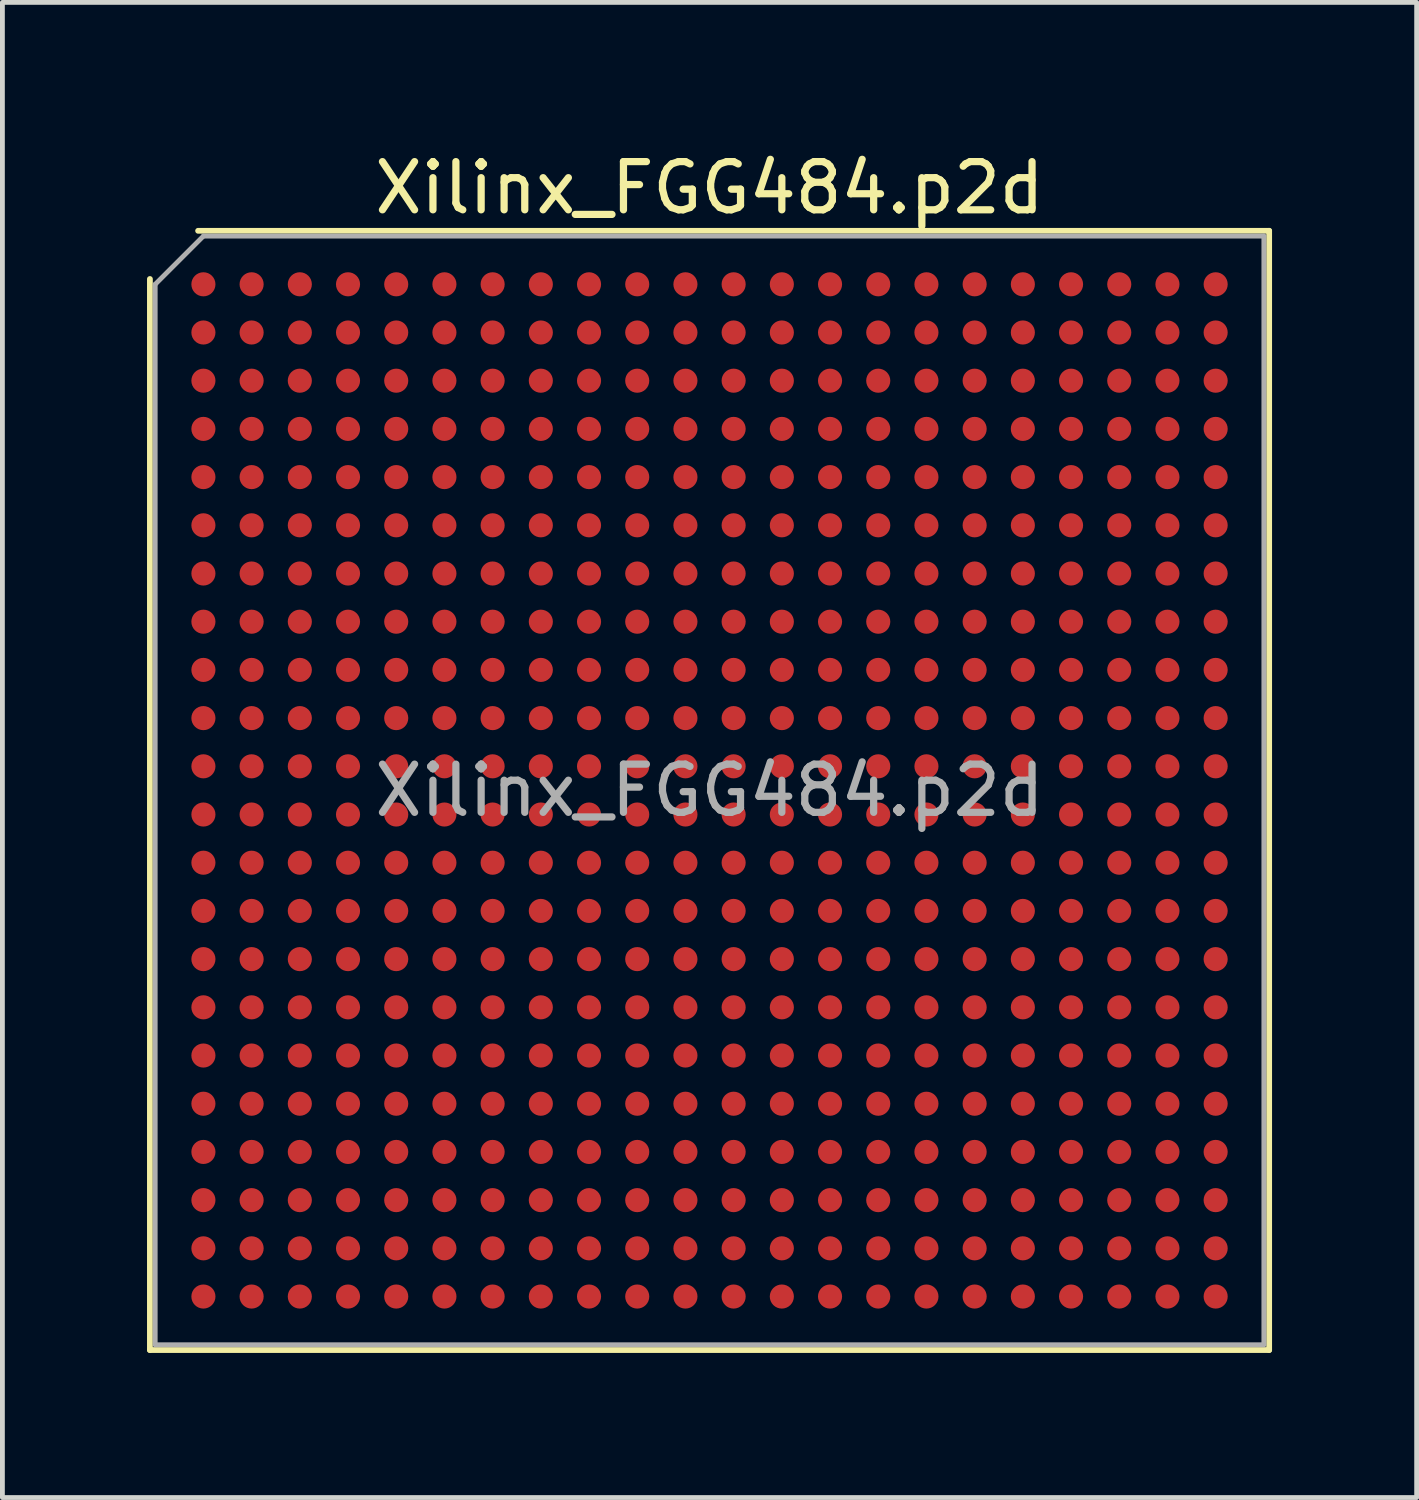
<source format=kicad_pcb>
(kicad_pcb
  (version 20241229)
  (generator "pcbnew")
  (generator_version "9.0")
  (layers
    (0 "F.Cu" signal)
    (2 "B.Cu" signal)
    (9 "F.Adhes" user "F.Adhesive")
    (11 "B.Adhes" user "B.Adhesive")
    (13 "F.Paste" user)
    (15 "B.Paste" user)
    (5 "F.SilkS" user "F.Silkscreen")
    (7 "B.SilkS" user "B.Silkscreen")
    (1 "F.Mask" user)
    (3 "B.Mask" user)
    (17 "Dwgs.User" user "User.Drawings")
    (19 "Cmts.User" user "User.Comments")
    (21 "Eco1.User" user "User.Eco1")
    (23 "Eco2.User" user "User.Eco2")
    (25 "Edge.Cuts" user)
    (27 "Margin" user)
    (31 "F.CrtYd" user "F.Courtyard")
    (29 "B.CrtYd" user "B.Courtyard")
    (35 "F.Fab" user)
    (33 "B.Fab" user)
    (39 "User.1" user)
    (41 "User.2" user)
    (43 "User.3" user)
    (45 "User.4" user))
  (footprint "Xilinx_FGG484.p2d"
    (layer "F.Cu")
    (at 11.67 13.348)
    (property "Reference" "Xilinx_FGG484.p2d" (at 0 -12.5 0) (layer "F.SilkS") (effects (font (size 1 1) (thickness 0.15))))
    (attr smd)
    (fp_line (start -11.61 11.61) (end -11.61 -10.61) (stroke (width 0.12) (type solid)) (layer "F.SilkS"))
    (fp_line (start -10.61 -11.61) (end 11.61 -11.61) (stroke (width 0.12) (type solid)) (layer "F.SilkS"))
    (fp_line (start 11.61 -11.61) (end 11.61 11.61) (stroke (width 0.12) (type solid)) (layer "F.SilkS"))
    (fp_line (start 11.61 11.61) (end -11.61 11.61) (stroke (width 0.12) (type solid)) (layer "F.SilkS"))
    (fp_line (start -11.5 -10.5) (end -10.5 -11.5) (stroke (width 0.1) (type solid)) (layer "F.Fab"))
    (fp_line (start -11.5 11.5) (end -11.5 -10.5) (stroke (width 0.1) (type solid)) (layer "F.Fab"))
    (fp_line (start -10.5 -11.5) (end 11.5 -11.5) (stroke (width 0.1) (type solid)) (layer "F.Fab"))
    (fp_line (start 11.5 -11.5) (end 11.5 11.5) (stroke (width 0.1) (type solid)) (layer "F.Fab"))
    (fp_line (start 11.5 11.5) (end -11.5 11.5) (stroke (width 0.1) (type solid)) (layer "F.Fab"))
    (fp_text user "${REFERENCE}" (at 0 0 0) (layer "F.Fab") (effects (font (size 1 1) (thickness 0.15))))
    (pad "A1" smd circle (at -10.5 -10.5) (size 0.5 0.5) (layers "F.Cu" "F.Mask" "F.Paste"))
    (pad "A2" smd circle (at -9.5 -10.5) (size 0.5 0.5) (layers "F.Cu" "F.Mask" "F.Paste"))
    (pad "A3" smd circle (at -8.5 -10.5) (size 0.5 0.5) (layers "F.Cu" "F.Mask" "F.Paste"))
    (pad "A4" smd circle (at -7.5 -10.5) (size 0.5 0.5) (layers "F.Cu" "F.Mask" "F.Paste"))
    (pad "A5" smd circle (at -6.5 -10.5) (size 0.5 0.5) (layers "F.Cu" "F.Mask" "F.Paste"))
    (pad "A6" smd circle (at -5.5 -10.5) (size 0.5 0.5) (layers "F.Cu" "F.Mask" "F.Paste"))
    (pad "A7" smd circle (at -4.5 -10.5) (size 0.5 0.5) (layers "F.Cu" "F.Mask" "F.Paste"))
    (pad "A8" smd circle (at -3.5 -10.5) (size 0.5 0.5) (layers "F.Cu" "F.Mask" "F.Paste"))
    (pad "A9" smd circle (at -2.5 -10.5) (size 0.5 0.5) (layers "F.Cu" "F.Mask" "F.Paste"))
    (pad "A10" smd circle (at -1.5 -10.5) (size 0.5 0.5) (layers "F.Cu" "F.Mask" "F.Paste"))
    (pad "A11" smd circle (at -0.5 -10.5) (size 0.5 0.5) (layers "F.Cu" "F.Mask" "F.Paste"))
    (pad "A12" smd circle (at 0.5 -10.5) (size 0.5 0.5) (layers "F.Cu" "F.Mask" "F.Paste"))
    (pad "A13" smd circle (at 1.5 -10.5) (size 0.5 0.5) (layers "F.Cu" "F.Mask" "F.Paste"))
    (pad "A14" smd circle (at 2.5 -10.5) (size 0.5 0.5) (layers "F.Cu" "F.Mask" "F.Paste"))
    (pad "A15" smd circle (at 3.5 -10.5) (size 0.5 0.5) (layers "F.Cu" "F.Mask" "F.Paste"))
    (pad "A16" smd circle (at 4.5 -10.5) (size 0.5 0.5) (layers "F.Cu" "F.Mask" "F.Paste"))
    (pad "A17" smd circle (at 5.5 -10.5) (size 0.5 0.5) (layers "F.Cu" "F.Mask" "F.Paste"))
    (pad "A18" smd circle (at 6.5 -10.5) (size 0.5 0.5) (layers "F.Cu" "F.Mask" "F.Paste"))
    (pad "A19" smd circle (at 7.5 -10.5) (size 0.5 0.5) (layers "F.Cu" "F.Mask" "F.Paste"))
    (pad "A20" smd circle (at 8.5 -10.5) (size 0.5 0.5) (layers "F.Cu" "F.Mask" "F.Paste"))
    (pad "A21" smd circle (at 9.5 -10.5) (size 0.5 0.5) (layers "F.Cu" "F.Mask" "F.Paste"))
    (pad "A22" smd circle (at 10.5 -10.5) (size 0.5 0.5) (layers "F.Cu" "F.Mask" "F.Paste"))
    (pad "AA1" smd circle (at -10.5 9.5) (size 0.5 0.5) (layers "F.Cu" "F.Mask" "F.Paste"))
    (pad "AA2" smd circle (at -9.5 9.5) (size 0.5 0.5) (layers "F.Cu" "F.Mask" "F.Paste"))
    (pad "AA3" smd circle (at -8.5 9.5) (size 0.5 0.5) (layers "F.Cu" "F.Mask" "F.Paste"))
    (pad "AA4" smd circle (at -7.5 9.5) (size 0.5 0.5) (layers "F.Cu" "F.Mask" "F.Paste"))
    (pad "AA5" smd circle (at -6.5 9.5) (size 0.5 0.5) (layers "F.Cu" "F.Mask" "F.Paste"))
    (pad "AA6" smd circle (at -5.5 9.5) (size 0.5 0.5) (layers "F.Cu" "F.Mask" "F.Paste"))
    (pad "AA7" smd circle (at -4.5 9.5) (size 0.5 0.5) (layers "F.Cu" "F.Mask" "F.Paste"))
    (pad "AA8" smd circle (at -3.5 9.5) (size 0.5 0.5) (layers "F.Cu" "F.Mask" "F.Paste"))
    (pad "AA9" smd circle (at -2.5 9.5) (size 0.5 0.5) (layers "F.Cu" "F.Mask" "F.Paste"))
    (pad "AA10" smd circle (at -1.5 9.5) (size 0.5 0.5) (layers "F.Cu" "F.Mask" "F.Paste"))
    (pad "AA11" smd circle (at -0.5 9.5) (size 0.5 0.5) (layers "F.Cu" "F.Mask" "F.Paste"))
    (pad "AA12" smd circle (at 0.5 9.5) (size 0.5 0.5) (layers "F.Cu" "F.Mask" "F.Paste"))
    (pad "AA13" smd circle (at 1.5 9.5) (size 0.5 0.5) (layers "F.Cu" "F.Mask" "F.Paste"))
    (pad "AA14" smd circle (at 2.5 9.5) (size 0.5 0.5) (layers "F.Cu" "F.Mask" "F.Paste"))
    (pad "AA15" smd circle (at 3.5 9.5) (size 0.5 0.5) (layers "F.Cu" "F.Mask" "F.Paste"))
    (pad "AA16" smd circle (at 4.5 9.5) (size 0.5 0.5) (layers "F.Cu" "F.Mask" "F.Paste"))
    (pad "AA17" smd circle (at 5.5 9.5) (size 0.5 0.5) (layers "F.Cu" "F.Mask" "F.Paste"))
    (pad "AA18" smd circle (at 6.5 9.5) (size 0.5 0.5) (layers "F.Cu" "F.Mask" "F.Paste"))
    (pad "AA19" smd circle (at 7.5 9.5) (size 0.5 0.5) (layers "F.Cu" "F.Mask" "F.Paste"))
    (pad "AA20" smd circle (at 8.5 9.5) (size 0.5 0.5) (layers "F.Cu" "F.Mask" "F.Paste"))
    (pad "AA21" smd circle (at 9.5 9.5) (size 0.5 0.5) (layers "F.Cu" "F.Mask" "F.Paste"))
    (pad "AA22" smd circle (at 10.5 9.5) (size 0.5 0.5) (layers "F.Cu" "F.Mask" "F.Paste"))
    (pad "AB1" smd circle (at -10.5 10.5) (size 0.5 0.5) (layers "F.Cu" "F.Mask" "F.Paste"))
    (pad "AB2" smd circle (at -9.5 10.5) (size 0.5 0.5) (layers "F.Cu" "F.Mask" "F.Paste"))
    (pad "AB3" smd circle (at -8.5 10.5) (size 0.5 0.5) (layers "F.Cu" "F.Mask" "F.Paste"))
    (pad "AB4" smd circle (at -7.5 10.5) (size 0.5 0.5) (layers "F.Cu" "F.Mask" "F.Paste"))
    (pad "AB5" smd circle (at -6.5 10.5) (size 0.5 0.5) (layers "F.Cu" "F.Mask" "F.Paste"))
    (pad "AB6" smd circle (at -5.5 10.5) (size 0.5 0.5) (layers "F.Cu" "F.Mask" "F.Paste"))
    (pad "AB7" smd circle (at -4.5 10.5) (size 0.5 0.5) (layers "F.Cu" "F.Mask" "F.Paste"))
    (pad "AB8" smd circle (at -3.5 10.5) (size 0.5 0.5) (layers "F.Cu" "F.Mask" "F.Paste"))
    (pad "AB9" smd circle (at -2.5 10.5) (size 0.5 0.5) (layers "F.Cu" "F.Mask" "F.Paste"))
    (pad "AB10" smd circle (at -1.5 10.5) (size 0.5 0.5) (layers "F.Cu" "F.Mask" "F.Paste"))
    (pad "AB11" smd circle (at -0.5 10.5) (size 0.5 0.5) (layers "F.Cu" "F.Mask" "F.Paste"))
    (pad "AB12" smd circle (at 0.5 10.5) (size 0.5 0.5) (layers "F.Cu" "F.Mask" "F.Paste"))
    (pad "AB13" smd circle (at 1.5 10.5) (size 0.5 0.5) (layers "F.Cu" "F.Mask" "F.Paste"))
    (pad "AB14" smd circle (at 2.5 10.5) (size 0.5 0.5) (layers "F.Cu" "F.Mask" "F.Paste"))
    (pad "AB15" smd circle (at 3.5 10.5) (size 0.5 0.5) (layers "F.Cu" "F.Mask" "F.Paste"))
    (pad "AB16" smd circle (at 4.5 10.5) (size 0.5 0.5) (layers "F.Cu" "F.Mask" "F.Paste"))
    (pad "AB17" smd circle (at 5.5 10.5) (size 0.5 0.5) (layers "F.Cu" "F.Mask" "F.Paste"))
    (pad "AB18" smd circle (at 6.5 10.5) (size 0.5 0.5) (layers "F.Cu" "F.Mask" "F.Paste"))
    (pad "AB19" smd circle (at 7.5 10.5) (size 0.5 0.5) (layers "F.Cu" "F.Mask" "F.Paste"))
    (pad "AB20" smd circle (at 8.5 10.5) (size 0.5 0.5) (layers "F.Cu" "F.Mask" "F.Paste"))
    (pad "AB21" smd circle (at 9.5 10.5) (size 0.5 0.5) (layers "F.Cu" "F.Mask" "F.Paste"))
    (pad "AB22" smd circle (at 10.5 10.5) (size 0.5 0.5) (layers "F.Cu" "F.Mask" "F.Paste"))
    (pad "B1" smd circle (at -10.5 -9.5) (size 0.5 0.5) (layers "F.Cu" "F.Mask" "F.Paste"))
    (pad "B2" smd circle (at -9.5 -9.5) (size 0.5 0.5) (layers "F.Cu" "F.Mask" "F.Paste"))
    (pad "B3" smd circle (at -8.5 -9.5) (size 0.5 0.5) (layers "F.Cu" "F.Mask" "F.Paste"))
    (pad "B4" smd circle (at -7.5 -9.5) (size 0.5 0.5) (layers "F.Cu" "F.Mask" "F.Paste"))
    (pad "B5" smd circle (at -6.5 -9.5) (size 0.5 0.5) (layers "F.Cu" "F.Mask" "F.Paste"))
    (pad "B6" smd circle (at -5.5 -9.5) (size 0.5 0.5) (layers "F.Cu" "F.Mask" "F.Paste"))
    (pad "B7" smd circle (at -4.5 -9.5) (size 0.5 0.5) (layers "F.Cu" "F.Mask" "F.Paste"))
    (pad "B8" smd circle (at -3.5 -9.5) (size 0.5 0.5) (layers "F.Cu" "F.Mask" "F.Paste"))
    (pad "B9" smd circle (at -2.5 -9.5) (size 0.5 0.5) (layers "F.Cu" "F.Mask" "F.Paste"))
    (pad "B10" smd circle (at -1.5 -9.5) (size 0.5 0.5) (layers "F.Cu" "F.Mask" "F.Paste"))
    (pad "B11" smd circle (at -0.5 -9.5) (size 0.5 0.5) (layers "F.Cu" "F.Mask" "F.Paste"))
    (pad "B12" smd circle (at 0.5 -9.5) (size 0.5 0.5) (layers "F.Cu" "F.Mask" "F.Paste"))
    (pad "B13" smd circle (at 1.5 -9.5) (size 0.5 0.5) (layers "F.Cu" "F.Mask" "F.Paste"))
    (pad "B14" smd circle (at 2.5 -9.5) (size 0.5 0.5) (layers "F.Cu" "F.Mask" "F.Paste"))
    (pad "B15" smd circle (at 3.5 -9.5) (size 0.5 0.5) (layers "F.Cu" "F.Mask" "F.Paste"))
    (pad "B16" smd circle (at 4.5 -9.5) (size 0.5 0.5) (layers "F.Cu" "F.Mask" "F.Paste"))
    (pad "B17" smd circle (at 5.5 -9.5) (size 0.5 0.5) (layers "F.Cu" "F.Mask" "F.Paste"))
    (pad "B18" smd circle (at 6.5 -9.5) (size 0.5 0.5) (layers "F.Cu" "F.Mask" "F.Paste"))
    (pad "B19" smd circle (at 7.5 -9.5) (size 0.5 0.5) (layers "F.Cu" "F.Mask" "F.Paste"))
    (pad "B20" smd circle (at 8.5 -9.5) (size 0.5 0.5) (layers "F.Cu" "F.Mask" "F.Paste"))
    (pad "B21" smd circle (at 9.5 -9.5) (size 0.5 0.5) (layers "F.Cu" "F.Mask" "F.Paste"))
    (pad "B22" smd circle (at 10.5 -9.5) (size 0.5 0.5) (layers "F.Cu" "F.Mask" "F.Paste"))
    (pad "C1" smd circle (at -10.5 -8.5) (size 0.5 0.5) (layers "F.Cu" "F.Mask" "F.Paste"))
    (pad "C2" smd circle (at -9.5 -8.5) (size 0.5 0.5) (layers "F.Cu" "F.Mask" "F.Paste"))
    (pad "C3" smd circle (at -8.5 -8.5) (size 0.5 0.5) (layers "F.Cu" "F.Mask" "F.Paste"))
    (pad "C4" smd circle (at -7.5 -8.5) (size 0.5 0.5) (layers "F.Cu" "F.Mask" "F.Paste"))
    (pad "C5" smd circle (at -6.5 -8.5) (size 0.5 0.5) (layers "F.Cu" "F.Mask" "F.Paste"))
    (pad "C6" smd circle (at -5.5 -8.5) (size 0.5 0.5) (layers "F.Cu" "F.Mask" "F.Paste"))
    (pad "C7" smd circle (at -4.5 -8.5) (size 0.5 0.5) (layers "F.Cu" "F.Mask" "F.Paste"))
    (pad "C8" smd circle (at -3.5 -8.5) (size 0.5 0.5) (layers "F.Cu" "F.Mask" "F.Paste"))
    (pad "C9" smd circle (at -2.5 -8.5) (size 0.5 0.5) (layers "F.Cu" "F.Mask" "F.Paste"))
    (pad "C10" smd circle (at -1.5 -8.5) (size 0.5 0.5) (layers "F.Cu" "F.Mask" "F.Paste"))
    (pad "C11" smd circle (at -0.5 -8.5) (size 0.5 0.5) (layers "F.Cu" "F.Mask" "F.Paste"))
    (pad "C12" smd circle (at 0.5 -8.5) (size 0.5 0.5) (layers "F.Cu" "F.Mask" "F.Paste"))
    (pad "C13" smd circle (at 1.5 -8.5) (size 0.5 0.5) (layers "F.Cu" "F.Mask" "F.Paste"))
    (pad "C14" smd circle (at 2.5 -8.5) (size 0.5 0.5) (layers "F.Cu" "F.Mask" "F.Paste"))
    (pad "C15" smd circle (at 3.5 -8.5) (size 0.5 0.5) (layers "F.Cu" "F.Mask" "F.Paste"))
    (pad "C16" smd circle (at 4.5 -8.5) (size 0.5 0.5) (layers "F.Cu" "F.Mask" "F.Paste"))
    (pad "C17" smd circle (at 5.5 -8.5) (size 0.5 0.5) (layers "F.Cu" "F.Mask" "F.Paste"))
    (pad "C18" smd circle (at 6.5 -8.5) (size 0.5 0.5) (layers "F.Cu" "F.Mask" "F.Paste"))
    (pad "C19" smd circle (at 7.5 -8.5) (size 0.5 0.5) (layers "F.Cu" "F.Mask" "F.Paste"))
    (pad "C20" smd circle (at 8.5 -8.5) (size 0.5 0.5) (layers "F.Cu" "F.Mask" "F.Paste"))
    (pad "C21" smd circle (at 9.5 -8.5) (size 0.5 0.5) (layers "F.Cu" "F.Mask" "F.Paste"))
    (pad "C22" smd circle (at 10.5 -8.5) (size 0.5 0.5) (layers "F.Cu" "F.Mask" "F.Paste"))
    (pad "D1" smd circle (at -10.5 -7.5) (size 0.5 0.5) (layers "F.Cu" "F.Mask" "F.Paste"))
    (pad "D2" smd circle (at -9.5 -7.5) (size 0.5 0.5) (layers "F.Cu" "F.Mask" "F.Paste"))
    (pad "D3" smd circle (at -8.5 -7.5) (size 0.5 0.5) (layers "F.Cu" "F.Mask" "F.Paste"))
    (pad "D4" smd circle (at -7.5 -7.5) (size 0.5 0.5) (layers "F.Cu" "F.Mask" "F.Paste"))
    (pad "D5" smd circle (at -6.5 -7.5) (size 0.5 0.5) (layers "F.Cu" "F.Mask" "F.Paste"))
    (pad "D6" smd circle (at -5.5 -7.5) (size 0.5 0.5) (layers "F.Cu" "F.Mask" "F.Paste"))
    (pad "D7" smd circle (at -4.5 -7.5) (size 0.5 0.5) (layers "F.Cu" "F.Mask" "F.Paste"))
    (pad "D8" smd circle (at -3.5 -7.5) (size 0.5 0.5) (layers "F.Cu" "F.Mask" "F.Paste"))
    (pad "D9" smd circle (at -2.5 -7.5) (size 0.5 0.5) (layers "F.Cu" "F.Mask" "F.Paste"))
    (pad "D10" smd circle (at -1.5 -7.5) (size 0.5 0.5) (layers "F.Cu" "F.Mask" "F.Paste"))
    (pad "D11" smd circle (at -0.5 -7.5) (size 0.5 0.5) (layers "F.Cu" "F.Mask" "F.Paste"))
    (pad "D12" smd circle (at 0.5 -7.5) (size 0.5 0.5) (layers "F.Cu" "F.Mask" "F.Paste"))
    (pad "D13" smd circle (at 1.5 -7.5) (size 0.5 0.5) (layers "F.Cu" "F.Mask" "F.Paste"))
    (pad "D14" smd circle (at 2.5 -7.5) (size 0.5 0.5) (layers "F.Cu" "F.Mask" "F.Paste"))
    (pad "D15" smd circle (at 3.5 -7.5) (size 0.5 0.5) (layers "F.Cu" "F.Mask" "F.Paste"))
    (pad "D16" smd circle (at 4.5 -7.5) (size 0.5 0.5) (layers "F.Cu" "F.Mask" "F.Paste"))
    (pad "D17" smd circle (at 5.5 -7.5) (size 0.5 0.5) (layers "F.Cu" "F.Mask" "F.Paste"))
    (pad "D18" smd circle (at 6.5 -7.5) (size 0.5 0.5) (layers "F.Cu" "F.Mask" "F.Paste"))
    (pad "D19" smd circle (at 7.5 -7.5) (size 0.5 0.5) (layers "F.Cu" "F.Mask" "F.Paste"))
    (pad "D20" smd circle (at 8.5 -7.5) (size 0.5 0.5) (layers "F.Cu" "F.Mask" "F.Paste"))
    (pad "D21" smd circle (at 9.5 -7.5) (size 0.5 0.5) (layers "F.Cu" "F.Mask" "F.Paste"))
    (pad "D22" smd circle (at 10.5 -7.5) (size 0.5 0.5) (layers "F.Cu" "F.Mask" "F.Paste"))
    (pad "E1" smd circle (at -10.5 -6.5) (size 0.5 0.5) (layers "F.Cu" "F.Mask" "F.Paste"))
    (pad "E2" smd circle (at -9.5 -6.5) (size 0.5 0.5) (layers "F.Cu" "F.Mask" "F.Paste"))
    (pad "E3" smd circle (at -8.5 -6.5) (size 0.5 0.5) (layers "F.Cu" "F.Mask" "F.Paste"))
    (pad "E4" smd circle (at -7.5 -6.5) (size 0.5 0.5) (layers "F.Cu" "F.Mask" "F.Paste"))
    (pad "E5" smd circle (at -6.5 -6.5) (size 0.5 0.5) (layers "F.Cu" "F.Mask" "F.Paste"))
    (pad "E6" smd circle (at -5.5 -6.5) (size 0.5 0.5) (layers "F.Cu" "F.Mask" "F.Paste"))
    (pad "E7" smd circle (at -4.5 -6.5) (size 0.5 0.5) (layers "F.Cu" "F.Mask" "F.Paste"))
    (pad "E8" smd circle (at -3.5 -6.5) (size 0.5 0.5) (layers "F.Cu" "F.Mask" "F.Paste"))
    (pad "E9" smd circle (at -2.5 -6.5) (size 0.5 0.5) (layers "F.Cu" "F.Mask" "F.Paste"))
    (pad "E10" smd circle (at -1.5 -6.5) (size 0.5 0.5) (layers "F.Cu" "F.Mask" "F.Paste"))
    (pad "E11" smd circle (at -0.5 -6.5) (size 0.5 0.5) (layers "F.Cu" "F.Mask" "F.Paste"))
    (pad "E12" smd circle (at 0.5 -6.5) (size 0.5 0.5) (layers "F.Cu" "F.Mask" "F.Paste"))
    (pad "E13" smd circle (at 1.5 -6.5) (size 0.5 0.5) (layers "F.Cu" "F.Mask" "F.Paste"))
    (pad "E14" smd circle (at 2.5 -6.5) (size 0.5 0.5) (layers "F.Cu" "F.Mask" "F.Paste"))
    (pad "E15" smd circle (at 3.5 -6.5) (size 0.5 0.5) (layers "F.Cu" "F.Mask" "F.Paste"))
    (pad "E16" smd circle (at 4.5 -6.5) (size 0.5 0.5) (layers "F.Cu" "F.Mask" "F.Paste"))
    (pad "E17" smd circle (at 5.5 -6.5) (size 0.5 0.5) (layers "F.Cu" "F.Mask" "F.Paste"))
    (pad "E18" smd circle (at 6.5 -6.5) (size 0.5 0.5) (layers "F.Cu" "F.Mask" "F.Paste"))
    (pad "E19" smd circle (at 7.5 -6.5) (size 0.5 0.5) (layers "F.Cu" "F.Mask" "F.Paste"))
    (pad "E20" smd circle (at 8.5 -6.5) (size 0.5 0.5) (layers "F.Cu" "F.Mask" "F.Paste"))
    (pad "E21" smd circle (at 9.5 -6.5) (size 0.5 0.5) (layers "F.Cu" "F.Mask" "F.Paste"))
    (pad "E22" smd circle (at 10.5 -6.5) (size 0.5 0.5) (layers "F.Cu" "F.Mask" "F.Paste"))
    (pad "F1" smd circle (at -10.5 -5.5) (size 0.5 0.5) (layers "F.Cu" "F.Mask" "F.Paste"))
    (pad "F2" smd circle (at -9.5 -5.5) (size 0.5 0.5) (layers "F.Cu" "F.Mask" "F.Paste"))
    (pad "F3" smd circle (at -8.5 -5.5) (size 0.5 0.5) (layers "F.Cu" "F.Mask" "F.Paste"))
    (pad "F4" smd circle (at -7.5 -5.5) (size 0.5 0.5) (layers "F.Cu" "F.Mask" "F.Paste"))
    (pad "F5" smd circle (at -6.5 -5.5) (size 0.5 0.5) (layers "F.Cu" "F.Mask" "F.Paste"))
    (pad "F6" smd circle (at -5.5 -5.5) (size 0.5 0.5) (layers "F.Cu" "F.Mask" "F.Paste"))
    (pad "F7" smd circle (at -4.5 -5.5) (size 0.5 0.5) (layers "F.Cu" "F.Mask" "F.Paste"))
    (pad "F8" smd circle (at -3.5 -5.5) (size 0.5 0.5) (layers "F.Cu" "F.Mask" "F.Paste"))
    (pad "F9" smd circle (at -2.5 -5.5) (size 0.5 0.5) (layers "F.Cu" "F.Mask" "F.Paste"))
    (pad "F10" smd circle (at -1.5 -5.5) (size 0.5 0.5) (layers "F.Cu" "F.Mask" "F.Paste"))
    (pad "F11" smd circle (at -0.5 -5.5) (size 0.5 0.5) (layers "F.Cu" "F.Mask" "F.Paste"))
    (pad "F12" smd circle (at 0.5 -5.5) (size 0.5 0.5) (layers "F.Cu" "F.Mask" "F.Paste"))
    (pad "F13" smd circle (at 1.5 -5.5) (size 0.5 0.5) (layers "F.Cu" "F.Mask" "F.Paste"))
    (pad "F14" smd circle (at 2.5 -5.5) (size 0.5 0.5) (layers "F.Cu" "F.Mask" "F.Paste"))
    (pad "F15" smd circle (at 3.5 -5.5) (size 0.5 0.5) (layers "F.Cu" "F.Mask" "F.Paste"))
    (pad "F16" smd circle (at 4.5 -5.5) (size 0.5 0.5) (layers "F.Cu" "F.Mask" "F.Paste"))
    (pad "F17" smd circle (at 5.5 -5.5) (size 0.5 0.5) (layers "F.Cu" "F.Mask" "F.Paste"))
    (pad "F18" smd circle (at 6.5 -5.5) (size 0.5 0.5) (layers "F.Cu" "F.Mask" "F.Paste"))
    (pad "F19" smd circle (at 7.5 -5.5) (size 0.5 0.5) (layers "F.Cu" "F.Mask" "F.Paste"))
    (pad "F20" smd circle (at 8.5 -5.5) (size 0.5 0.5) (layers "F.Cu" "F.Mask" "F.Paste"))
    (pad "F21" smd circle (at 9.5 -5.5) (size 0.5 0.5) (layers "F.Cu" "F.Mask" "F.Paste"))
    (pad "F22" smd circle (at 10.5 -5.5) (size 0.5 0.5) (layers "F.Cu" "F.Mask" "F.Paste"))
    (pad "G1" smd circle (at -10.5 -4.5) (size 0.5 0.5) (layers "F.Cu" "F.Mask" "F.Paste"))
    (pad "G2" smd circle (at -9.5 -4.5) (size 0.5 0.5) (layers "F.Cu" "F.Mask" "F.Paste"))
    (pad "G3" smd circle (at -8.5 -4.5) (size 0.5 0.5) (layers "F.Cu" "F.Mask" "F.Paste"))
    (pad "G4" smd circle (at -7.5 -4.5) (size 0.5 0.5) (layers "F.Cu" "F.Mask" "F.Paste"))
    (pad "G5" smd circle (at -6.5 -4.5) (size 0.5 0.5) (layers "F.Cu" "F.Mask" "F.Paste"))
    (pad "G6" smd circle (at -5.5 -4.5) (size 0.5 0.5) (layers "F.Cu" "F.Mask" "F.Paste"))
    (pad "G7" smd circle (at -4.5 -4.5) (size 0.5 0.5) (layers "F.Cu" "F.Mask" "F.Paste"))
    (pad "G8" smd circle (at -3.5 -4.5) (size 0.5 0.5) (layers "F.Cu" "F.Mask" "F.Paste"))
    (pad "G9" smd circle (at -2.5 -4.5) (size 0.5 0.5) (layers "F.Cu" "F.Mask" "F.Paste"))
    (pad "G10" smd circle (at -1.5 -4.5) (size 0.5 0.5) (layers "F.Cu" "F.Mask" "F.Paste"))
    (pad "G11" smd circle (at -0.5 -4.5) (size 0.5 0.5) (layers "F.Cu" "F.Mask" "F.Paste"))
    (pad "G12" smd circle (at 0.5 -4.5) (size 0.5 0.5) (layers "F.Cu" "F.Mask" "F.Paste"))
    (pad "G13" smd circle (at 1.5 -4.5) (size 0.5 0.5) (layers "F.Cu" "F.Mask" "F.Paste"))
    (pad "G14" smd circle (at 2.5 -4.5) (size 0.5 0.5) (layers "F.Cu" "F.Mask" "F.Paste"))
    (pad "G15" smd circle (at 3.5 -4.5) (size 0.5 0.5) (layers "F.Cu" "F.Mask" "F.Paste"))
    (pad "G16" smd circle (at 4.5 -4.5) (size 0.5 0.5) (layers "F.Cu" "F.Mask" "F.Paste"))
    (pad "G17" smd circle (at 5.5 -4.5) (size 0.5 0.5) (layers "F.Cu" "F.Mask" "F.Paste"))
    (pad "G18" smd circle (at 6.5 -4.5) (size 0.5 0.5) (layers "F.Cu" "F.Mask" "F.Paste"))
    (pad "G19" smd circle (at 7.5 -4.5) (size 0.5 0.5) (layers "F.Cu" "F.Mask" "F.Paste"))
    (pad "G20" smd circle (at 8.5 -4.5) (size 0.5 0.5) (layers "F.Cu" "F.Mask" "F.Paste"))
    (pad "G21" smd circle (at 9.5 -4.5) (size 0.5 0.5) (layers "F.Cu" "F.Mask" "F.Paste"))
    (pad "G22" smd circle (at 10.5 -4.5) (size 0.5 0.5) (layers "F.Cu" "F.Mask" "F.Paste"))
    (pad "H1" smd circle (at -10.5 -3.5) (size 0.5 0.5) (layers "F.Cu" "F.Mask" "F.Paste"))
    (pad "H2" smd circle (at -9.5 -3.5) (size 0.5 0.5) (layers "F.Cu" "F.Mask" "F.Paste"))
    (pad "H3" smd circle (at -8.5 -3.5) (size 0.5 0.5) (layers "F.Cu" "F.Mask" "F.Paste"))
    (pad "H4" smd circle (at -7.5 -3.5) (size 0.5 0.5) (layers "F.Cu" "F.Mask" "F.Paste"))
    (pad "H5" smd circle (at -6.5 -3.5) (size 0.5 0.5) (layers "F.Cu" "F.Mask" "F.Paste"))
    (pad "H6" smd circle (at -5.5 -3.5) (size 0.5 0.5) (layers "F.Cu" "F.Mask" "F.Paste"))
    (pad "H7" smd circle (at -4.5 -3.5) (size 0.5 0.5) (layers "F.Cu" "F.Mask" "F.Paste"))
    (pad "H8" smd circle (at -3.5 -3.5) (size 0.5 0.5) (layers "F.Cu" "F.Mask" "F.Paste"))
    (pad "H9" smd circle (at -2.5 -3.5) (size 0.5 0.5) (layers "F.Cu" "F.Mask" "F.Paste"))
    (pad "H10" smd circle (at -1.5 -3.5) (size 0.5 0.5) (layers "F.Cu" "F.Mask" "F.Paste"))
    (pad "H11" smd circle (at -0.5 -3.5) (size 0.5 0.5) (layers "F.Cu" "F.Mask" "F.Paste"))
    (pad "H12" smd circle (at 0.5 -3.5) (size 0.5 0.5) (layers "F.Cu" "F.Mask" "F.Paste"))
    (pad "H13" smd circle (at 1.5 -3.5) (size 0.5 0.5) (layers "F.Cu" "F.Mask" "F.Paste"))
    (pad "H14" smd circle (at 2.5 -3.5) (size 0.5 0.5) (layers "F.Cu" "F.Mask" "F.Paste"))
    (pad "H15" smd circle (at 3.5 -3.5) (size 0.5 0.5) (layers "F.Cu" "F.Mask" "F.Paste"))
    (pad "H16" smd circle (at 4.5 -3.5) (size 0.5 0.5) (layers "F.Cu" "F.Mask" "F.Paste"))
    (pad "H17" smd circle (at 5.5 -3.5) (size 0.5 0.5) (layers "F.Cu" "F.Mask" "F.Paste"))
    (pad "H18" smd circle (at 6.5 -3.5) (size 0.5 0.5) (layers "F.Cu" "F.Mask" "F.Paste"))
    (pad "H19" smd circle (at 7.5 -3.5) (size 0.5 0.5) (layers "F.Cu" "F.Mask" "F.Paste"))
    (pad "H20" smd circle (at 8.5 -3.5) (size 0.5 0.5) (layers "F.Cu" "F.Mask" "F.Paste"))
    (pad "H21" smd circle (at 9.5 -3.5) (size 0.5 0.5) (layers "F.Cu" "F.Mask" "F.Paste"))
    (pad "H22" smd circle (at 10.5 -3.5) (size 0.5 0.5) (layers "F.Cu" "F.Mask" "F.Paste"))
    (pad "J1" smd circle (at -10.5 -2.5) (size 0.5 0.5) (layers "F.Cu" "F.Mask" "F.Paste"))
    (pad "J2" smd circle (at -9.5 -2.5) (size 0.5 0.5) (layers "F.Cu" "F.Mask" "F.Paste"))
    (pad "J3" smd circle (at -8.5 -2.5) (size 0.5 0.5) (layers "F.Cu" "F.Mask" "F.Paste"))
    (pad "J4" smd circle (at -7.5 -2.5) (size 0.5 0.5) (layers "F.Cu" "F.Mask" "F.Paste"))
    (pad "J5" smd circle (at -6.5 -2.5) (size 0.5 0.5) (layers "F.Cu" "F.Mask" "F.Paste"))
    (pad "J6" smd circle (at -5.5 -2.5) (size 0.5 0.5) (layers "F.Cu" "F.Mask" "F.Paste"))
    (pad "J7" smd circle (at -4.5 -2.5) (size 0.5 0.5) (layers "F.Cu" "F.Mask" "F.Paste"))
    (pad "J8" smd circle (at -3.5 -2.5) (size 0.5 0.5) (layers "F.Cu" "F.Mask" "F.Paste"))
    (pad "J9" smd circle (at -2.5 -2.5) (size 0.5 0.5) (layers "F.Cu" "F.Mask" "F.Paste"))
    (pad "J10" smd circle (at -1.5 -2.5) (size 0.5 0.5) (layers "F.Cu" "F.Mask" "F.Paste"))
    (pad "J11" smd circle (at -0.5 -2.5) (size 0.5 0.5) (layers "F.Cu" "F.Mask" "F.Paste"))
    (pad "J12" smd circle (at 0.5 -2.5) (size 0.5 0.5) (layers "F.Cu" "F.Mask" "F.Paste"))
    (pad "J13" smd circle (at 1.5 -2.5) (size 0.5 0.5) (layers "F.Cu" "F.Mask" "F.Paste"))
    (pad "J14" smd circle (at 2.5 -2.5) (size 0.5 0.5) (layers "F.Cu" "F.Mask" "F.Paste"))
    (pad "J15" smd circle (at 3.5 -2.5) (size 0.5 0.5) (layers "F.Cu" "F.Mask" "F.Paste"))
    (pad "J16" smd circle (at 4.5 -2.5) (size 0.5 0.5) (layers "F.Cu" "F.Mask" "F.Paste"))
    (pad "J17" smd circle (at 5.5 -2.5) (size 0.5 0.5) (layers "F.Cu" "F.Mask" "F.Paste"))
    (pad "J18" smd circle (at 6.5 -2.5) (size 0.5 0.5) (layers "F.Cu" "F.Mask" "F.Paste"))
    (pad "J19" smd circle (at 7.5 -2.5) (size 0.5 0.5) (layers "F.Cu" "F.Mask" "F.Paste"))
    (pad "J20" smd circle (at 8.5 -2.5) (size 0.5 0.5) (layers "F.Cu" "F.Mask" "F.Paste"))
    (pad "J21" smd circle (at 9.5 -2.5) (size 0.5 0.5) (layers "F.Cu" "F.Mask" "F.Paste"))
    (pad "J22" smd circle (at 10.5 -2.5) (size 0.5 0.5) (layers "F.Cu" "F.Mask" "F.Paste"))
    (pad "K1" smd circle (at -10.5 -1.5) (size 0.5 0.5) (layers "F.Cu" "F.Mask" "F.Paste"))
    (pad "K2" smd circle (at -9.5 -1.5) (size 0.5 0.5) (layers "F.Cu" "F.Mask" "F.Paste"))
    (pad "K3" smd circle (at -8.5 -1.5) (size 0.5 0.5) (layers "F.Cu" "F.Mask" "F.Paste"))
    (pad "K4" smd circle (at -7.5 -1.5) (size 0.5 0.5) (layers "F.Cu" "F.Mask" "F.Paste"))
    (pad "K5" smd circle (at -6.5 -1.5) (size 0.5 0.5) (layers "F.Cu" "F.Mask" "F.Paste"))
    (pad "K6" smd circle (at -5.5 -1.5) (size 0.5 0.5) (layers "F.Cu" "F.Mask" "F.Paste"))
    (pad "K7" smd circle (at -4.5 -1.5) (size 0.5 0.5) (layers "F.Cu" "F.Mask" "F.Paste"))
    (pad "K8" smd circle (at -3.5 -1.5) (size 0.5 0.5) (layers "F.Cu" "F.Mask" "F.Paste"))
    (pad "K9" smd circle (at -2.5 -1.5) (size 0.5 0.5) (layers "F.Cu" "F.Mask" "F.Paste"))
    (pad "K10" smd circle (at -1.5 -1.5) (size 0.5 0.5) (layers "F.Cu" "F.Mask" "F.Paste"))
    (pad "K11" smd circle (at -0.5 -1.5) (size 0.5 0.5) (layers "F.Cu" "F.Mask" "F.Paste"))
    (pad "K12" smd circle (at 0.5 -1.5) (size 0.5 0.5) (layers "F.Cu" "F.Mask" "F.Paste"))
    (pad "K13" smd circle (at 1.5 -1.5) (size 0.5 0.5) (layers "F.Cu" "F.Mask" "F.Paste"))
    (pad "K14" smd circle (at 2.5 -1.5) (size 0.5 0.5) (layers "F.Cu" "F.Mask" "F.Paste"))
    (pad "K15" smd circle (at 3.5 -1.5) (size 0.5 0.5) (layers "F.Cu" "F.Mask" "F.Paste"))
    (pad "K16" smd circle (at 4.5 -1.5) (size 0.5 0.5) (layers "F.Cu" "F.Mask" "F.Paste"))
    (pad "K17" smd circle (at 5.5 -1.5) (size 0.5 0.5) (layers "F.Cu" "F.Mask" "F.Paste"))
    (pad "K18" smd circle (at 6.5 -1.5) (size 0.5 0.5) (layers "F.Cu" "F.Mask" "F.Paste"))
    (pad "K19" smd circle (at 7.5 -1.5) (size 0.5 0.5) (layers "F.Cu" "F.Mask" "F.Paste"))
    (pad "K20" smd circle (at 8.5 -1.5) (size 0.5 0.5) (layers "F.Cu" "F.Mask" "F.Paste"))
    (pad "K21" smd circle (at 9.5 -1.5) (size 0.5 0.5) (layers "F.Cu" "F.Mask" "F.Paste"))
    (pad "K22" smd circle (at 10.5 -1.5) (size 0.5 0.5) (layers "F.Cu" "F.Mask" "F.Paste"))
    (pad "L1" smd circle (at -10.5 -0.5) (size 0.5 0.5) (layers "F.Cu" "F.Mask" "F.Paste"))
    (pad "L2" smd circle (at -9.5 -0.5) (size 0.5 0.5) (layers "F.Cu" "F.Mask" "F.Paste"))
    (pad "L3" smd circle (at -8.5 -0.5) (size 0.5 0.5) (layers "F.Cu" "F.Mask" "F.Paste"))
    (pad "L4" smd circle (at -7.5 -0.5) (size 0.5 0.5) (layers "F.Cu" "F.Mask" "F.Paste"))
    (pad "L5" smd circle (at -6.5 -0.5) (size 0.5 0.5) (layers "F.Cu" "F.Mask" "F.Paste"))
    (pad "L6" smd circle (at -5.5 -0.5) (size 0.5 0.5) (layers "F.Cu" "F.Mask" "F.Paste"))
    (pad "L7" smd circle (at -4.5 -0.5) (size 0.5 0.5) (layers "F.Cu" "F.Mask" "F.Paste"))
    (pad "L8" smd circle (at -3.5 -0.5) (size 0.5 0.5) (layers "F.Cu" "F.Mask" "F.Paste"))
    (pad "L9" smd circle (at -2.5 -0.5) (size 0.5 0.5) (layers "F.Cu" "F.Mask" "F.Paste"))
    (pad "L10" smd circle (at -1.5 -0.5) (size 0.5 0.5) (layers "F.Cu" "F.Mask" "F.Paste"))
    (pad "L11" smd circle (at -0.5 -0.5) (size 0.5 0.5) (layers "F.Cu" "F.Mask" "F.Paste"))
    (pad "L12" smd circle (at 0.5 -0.5) (size 0.5 0.5) (layers "F.Cu" "F.Mask" "F.Paste"))
    (pad "L13" smd circle (at 1.5 -0.5) (size 0.5 0.5) (layers "F.Cu" "F.Mask" "F.Paste"))
    (pad "L14" smd circle (at 2.5 -0.5) (size 0.5 0.5) (layers "F.Cu" "F.Mask" "F.Paste"))
    (pad "L15" smd circle (at 3.5 -0.5) (size 0.5 0.5) (layers "F.Cu" "F.Mask" "F.Paste"))
    (pad "L16" smd circle (at 4.5 -0.5) (size 0.5 0.5) (layers "F.Cu" "F.Mask" "F.Paste"))
    (pad "L17" smd circle (at 5.5 -0.5) (size 0.5 0.5) (layers "F.Cu" "F.Mask" "F.Paste"))
    (pad "L18" smd circle (at 6.5 -0.5) (size 0.5 0.5) (layers "F.Cu" "F.Mask" "F.Paste"))
    (pad "L19" smd circle (at 7.5 -0.5) (size 0.5 0.5) (layers "F.Cu" "F.Mask" "F.Paste"))
    (pad "L20" smd circle (at 8.5 -0.5) (size 0.5 0.5) (layers "F.Cu" "F.Mask" "F.Paste"))
    (pad "L21" smd circle (at 9.5 -0.5) (size 0.5 0.5) (layers "F.Cu" "F.Mask" "F.Paste"))
    (pad "L22" smd circle (at 10.5 -0.5) (size 0.5 0.5) (layers "F.Cu" "F.Mask" "F.Paste"))
    (pad "M1" smd circle (at -10.5 0.5) (size 0.5 0.5) (layers "F.Cu" "F.Mask" "F.Paste"))
    (pad "M2" smd circle (at -9.5 0.5) (size 0.5 0.5) (layers "F.Cu" "F.Mask" "F.Paste"))
    (pad "M3" smd circle (at -8.5 0.5) (size 0.5 0.5) (layers "F.Cu" "F.Mask" "F.Paste"))
    (pad "M4" smd circle (at -7.5 0.5) (size 0.5 0.5) (layers "F.Cu" "F.Mask" "F.Paste"))
    (pad "M5" smd circle (at -6.5 0.5) (size 0.5 0.5) (layers "F.Cu" "F.Mask" "F.Paste"))
    (pad "M6" smd circle (at -5.5 0.5) (size 0.5 0.5) (layers "F.Cu" "F.Mask" "F.Paste"))
    (pad "M7" smd circle (at -4.5 0.5) (size 0.5 0.5) (layers "F.Cu" "F.Mask" "F.Paste"))
    (pad "M8" smd circle (at -3.5 0.5) (size 0.5 0.5) (layers "F.Cu" "F.Mask" "F.Paste"))
    (pad "M9" smd circle (at -2.5 0.5) (size 0.5 0.5) (layers "F.Cu" "F.Mask" "F.Paste"))
    (pad "M10" smd circle (at -1.5 0.5) (size 0.5 0.5) (layers "F.Cu" "F.Mask" "F.Paste"))
    (pad "M11" smd circle (at -0.5 0.5) (size 0.5 0.5) (layers "F.Cu" "F.Mask" "F.Paste"))
    (pad "M12" smd circle (at 0.5 0.5) (size 0.5 0.5) (layers "F.Cu" "F.Mask" "F.Paste"))
    (pad "M13" smd circle (at 1.5 0.5) (size 0.5 0.5) (layers "F.Cu" "F.Mask" "F.Paste"))
    (pad "M14" smd circle (at 2.5 0.5) (size 0.5 0.5) (layers "F.Cu" "F.Mask" "F.Paste"))
    (pad "M15" smd circle (at 3.5 0.5) (size 0.5 0.5) (layers "F.Cu" "F.Mask" "F.Paste"))
    (pad "M16" smd circle (at 4.5 0.5) (size 0.5 0.5) (layers "F.Cu" "F.Mask" "F.Paste"))
    (pad "M17" smd circle (at 5.5 0.5) (size 0.5 0.5) (layers "F.Cu" "F.Mask" "F.Paste"))
    (pad "M18" smd circle (at 6.5 0.5) (size 0.5 0.5) (layers "F.Cu" "F.Mask" "F.Paste"))
    (pad "M19" smd circle (at 7.5 0.5) (size 0.5 0.5) (layers "F.Cu" "F.Mask" "F.Paste"))
    (pad "M20" smd circle (at 8.5 0.5) (size 0.5 0.5) (layers "F.Cu" "F.Mask" "F.Paste"))
    (pad "M21" smd circle (at 9.5 0.5) (size 0.5 0.5) (layers "F.Cu" "F.Mask" "F.Paste"))
    (pad "M22" smd circle (at 10.5 0.5) (size 0.5 0.5) (layers "F.Cu" "F.Mask" "F.Paste"))
    (pad "N1" smd circle (at -10.5 1.5) (size 0.5 0.5) (layers "F.Cu" "F.Mask" "F.Paste"))
    (pad "N2" smd circle (at -9.5 1.5) (size 0.5 0.5) (layers "F.Cu" "F.Mask" "F.Paste"))
    (pad "N3" smd circle (at -8.5 1.5) (size 0.5 0.5) (layers "F.Cu" "F.Mask" "F.Paste"))
    (pad "N4" smd circle (at -7.5 1.5) (size 0.5 0.5) (layers "F.Cu" "F.Mask" "F.Paste"))
    (pad "N5" smd circle (at -6.5 1.5) (size 0.5 0.5) (layers "F.Cu" "F.Mask" "F.Paste"))
    (pad "N6" smd circle (at -5.5 1.5) (size 0.5 0.5) (layers "F.Cu" "F.Mask" "F.Paste"))
    (pad "N7" smd circle (at -4.5 1.5) (size 0.5 0.5) (layers "F.Cu" "F.Mask" "F.Paste"))
    (pad "N8" smd circle (at -3.5 1.5) (size 0.5 0.5) (layers "F.Cu" "F.Mask" "F.Paste"))
    (pad "N9" smd circle (at -2.5 1.5) (size 0.5 0.5) (layers "F.Cu" "F.Mask" "F.Paste"))
    (pad "N10" smd circle (at -1.5 1.5) (size 0.5 0.5) (layers "F.Cu" "F.Mask" "F.Paste"))
    (pad "N11" smd circle (at -0.5 1.5) (size 0.5 0.5) (layers "F.Cu" "F.Mask" "F.Paste"))
    (pad "N12" smd circle (at 0.5 1.5) (size 0.5 0.5) (layers "F.Cu" "F.Mask" "F.Paste"))
    (pad "N13" smd circle (at 1.5 1.5) (size 0.5 0.5) (layers "F.Cu" "F.Mask" "F.Paste"))
    (pad "N14" smd circle (at 2.5 1.5) (size 0.5 0.5) (layers "F.Cu" "F.Mask" "F.Paste"))
    (pad "N15" smd circle (at 3.5 1.5) (size 0.5 0.5) (layers "F.Cu" "F.Mask" "F.Paste"))
    (pad "N16" smd circle (at 4.5 1.5) (size 0.5 0.5) (layers "F.Cu" "F.Mask" "F.Paste"))
    (pad "N17" smd circle (at 5.5 1.5) (size 0.5 0.5) (layers "F.Cu" "F.Mask" "F.Paste"))
    (pad "N18" smd circle (at 6.5 1.5) (size 0.5 0.5) (layers "F.Cu" "F.Mask" "F.Paste"))
    (pad "N19" smd circle (at 7.5 1.5) (size 0.5 0.5) (layers "F.Cu" "F.Mask" "F.Paste"))
    (pad "N20" smd circle (at 8.5 1.5) (size 0.5 0.5) (layers "F.Cu" "F.Mask" "F.Paste"))
    (pad "N21" smd circle (at 9.5 1.5) (size 0.5 0.5) (layers "F.Cu" "F.Mask" "F.Paste"))
    (pad "N22" smd circle (at 10.5 1.5) (size 0.5 0.5) (layers "F.Cu" "F.Mask" "F.Paste"))
    (pad "P1" smd circle (at -10.5 2.5) (size 0.5 0.5) (layers "F.Cu" "F.Mask" "F.Paste"))
    (pad "P2" smd circle (at -9.5 2.5) (size 0.5 0.5) (layers "F.Cu" "F.Mask" "F.Paste"))
    (pad "P3" smd circle (at -8.5 2.5) (size 0.5 0.5) (layers "F.Cu" "F.Mask" "F.Paste"))
    (pad "P4" smd circle (at -7.5 2.5) (size 0.5 0.5) (layers "F.Cu" "F.Mask" "F.Paste"))
    (pad "P5" smd circle (at -6.5 2.5) (size 0.5 0.5) (layers "F.Cu" "F.Mask" "F.Paste"))
    (pad "P6" smd circle (at -5.5 2.5) (size 0.5 0.5) (layers "F.Cu" "F.Mask" "F.Paste"))
    (pad "P7" smd circle (at -4.5 2.5) (size 0.5 0.5) (layers "F.Cu" "F.Mask" "F.Paste"))
    (pad "P8" smd circle (at -3.5 2.5) (size 0.5 0.5) (layers "F.Cu" "F.Mask" "F.Paste"))
    (pad "P9" smd circle (at -2.5 2.5) (size 0.5 0.5) (layers "F.Cu" "F.Mask" "F.Paste"))
    (pad "P10" smd circle (at -1.5 2.5) (size 0.5 0.5) (layers "F.Cu" "F.Mask" "F.Paste"))
    (pad "P11" smd circle (at -0.5 2.5) (size 0.5 0.5) (layers "F.Cu" "F.Mask" "F.Paste"))
    (pad "P12" smd circle (at 0.5 2.5) (size 0.5 0.5) (layers "F.Cu" "F.Mask" "F.Paste"))
    (pad "P13" smd circle (at 1.5 2.5) (size 0.5 0.5) (layers "F.Cu" "F.Mask" "F.Paste"))
    (pad "P14" smd circle (at 2.5 2.5) (size 0.5 0.5) (layers "F.Cu" "F.Mask" "F.Paste"))
    (pad "P15" smd circle (at 3.5 2.5) (size 0.5 0.5) (layers "F.Cu" "F.Mask" "F.Paste"))
    (pad "P16" smd circle (at 4.5 2.5) (size 0.5 0.5) (layers "F.Cu" "F.Mask" "F.Paste"))
    (pad "P17" smd circle (at 5.5 2.5) (size 0.5 0.5) (layers "F.Cu" "F.Mask" "F.Paste"))
    (pad "P18" smd circle (at 6.5 2.5) (size 0.5 0.5) (layers "F.Cu" "F.Mask" "F.Paste"))
    (pad "P19" smd circle (at 7.5 2.5) (size 0.5 0.5) (layers "F.Cu" "F.Mask" "F.Paste"))
    (pad "P20" smd circle (at 8.5 2.5) (size 0.5 0.5) (layers "F.Cu" "F.Mask" "F.Paste"))
    (pad "P21" smd circle (at 9.5 2.5) (size 0.5 0.5) (layers "F.Cu" "F.Mask" "F.Paste"))
    (pad "P22" smd circle (at 10.5 2.5) (size 0.5 0.5) (layers "F.Cu" "F.Mask" "F.Paste"))
    (pad "R1" smd circle (at -10.5 3.5) (size 0.5 0.5) (layers "F.Cu" "F.Mask" "F.Paste"))
    (pad "R2" smd circle (at -9.5 3.5) (size 0.5 0.5) (layers "F.Cu" "F.Mask" "F.Paste"))
    (pad "R3" smd circle (at -8.5 3.5) (size 0.5 0.5) (layers "F.Cu" "F.Mask" "F.Paste"))
    (pad "R4" smd circle (at -7.5 3.5) (size 0.5 0.5) (layers "F.Cu" "F.Mask" "F.Paste"))
    (pad "R5" smd circle (at -6.5 3.5) (size 0.5 0.5) (layers "F.Cu" "F.Mask" "F.Paste"))
    (pad "R6" smd circle (at -5.5 3.5) (size 0.5 0.5) (layers "F.Cu" "F.Mask" "F.Paste"))
    (pad "R7" smd circle (at -4.5 3.5) (size 0.5 0.5) (layers "F.Cu" "F.Mask" "F.Paste"))
    (pad "R8" smd circle (at -3.5 3.5) (size 0.5 0.5) (layers "F.Cu" "F.Mask" "F.Paste"))
    (pad "R9" smd circle (at -2.5 3.5) (size 0.5 0.5) (layers "F.Cu" "F.Mask" "F.Paste"))
    (pad "R10" smd circle (at -1.5 3.5) (size 0.5 0.5) (layers "F.Cu" "F.Mask" "F.Paste"))
    (pad "R11" smd circle (at -0.5 3.5) (size 0.5 0.5) (layers "F.Cu" "F.Mask" "F.Paste"))
    (pad "R12" smd circle (at 0.5 3.5) (size 0.5 0.5) (layers "F.Cu" "F.Mask" "F.Paste"))
    (pad "R13" smd circle (at 1.5 3.5) (size 0.5 0.5) (layers "F.Cu" "F.Mask" "F.Paste"))
    (pad "R14" smd circle (at 2.5 3.5) (size 0.5 0.5) (layers "F.Cu" "F.Mask" "F.Paste"))
    (pad "R15" smd circle (at 3.5 3.5) (size 0.5 0.5) (layers "F.Cu" "F.Mask" "F.Paste"))
    (pad "R16" smd circle (at 4.5 3.5) (size 0.5 0.5) (layers "F.Cu" "F.Mask" "F.Paste"))
    (pad "R17" smd circle (at 5.5 3.5) (size 0.5 0.5) (layers "F.Cu" "F.Mask" "F.Paste"))
    (pad "R18" smd circle (at 6.5 3.5) (size 0.5 0.5) (layers "F.Cu" "F.Mask" "F.Paste"))
    (pad "R19" smd circle (at 7.5 3.5) (size 0.5 0.5) (layers "F.Cu" "F.Mask" "F.Paste"))
    (pad "R20" smd circle (at 8.5 3.5) (size 0.5 0.5) (layers "F.Cu" "F.Mask" "F.Paste"))
    (pad "R21" smd circle (at 9.5 3.5) (size 0.5 0.5) (layers "F.Cu" "F.Mask" "F.Paste"))
    (pad "R22" smd circle (at 10.5 3.5) (size 0.5 0.5) (layers "F.Cu" "F.Mask" "F.Paste"))
    (pad "T1" smd circle (at -10.5 4.5) (size 0.5 0.5) (layers "F.Cu" "F.Mask" "F.Paste"))
    (pad "T2" smd circle (at -9.5 4.5) (size 0.5 0.5) (layers "F.Cu" "F.Mask" "F.Paste"))
    (pad "T3" smd circle (at -8.5 4.5) (size 0.5 0.5) (layers "F.Cu" "F.Mask" "F.Paste"))
    (pad "T4" smd circle (at -7.5 4.5) (size 0.5 0.5) (layers "F.Cu" "F.Mask" "F.Paste"))
    (pad "T5" smd circle (at -6.5 4.5) (size 0.5 0.5) (layers "F.Cu" "F.Mask" "F.Paste"))
    (pad "T6" smd circle (at -5.5 4.5) (size 0.5 0.5) (layers "F.Cu" "F.Mask" "F.Paste"))
    (pad "T7" smd circle (at -4.5 4.5) (size 0.5 0.5) (layers "F.Cu" "F.Mask" "F.Paste"))
    (pad "T8" smd circle (at -3.5 4.5) (size 0.5 0.5) (layers "F.Cu" "F.Mask" "F.Paste"))
    (pad "T9" smd circle (at -2.5 4.5) (size 0.5 0.5) (layers "F.Cu" "F.Mask" "F.Paste"))
    (pad "T10" smd circle (at -1.5 4.5) (size 0.5 0.5) (layers "F.Cu" "F.Mask" "F.Paste"))
    (pad "T11" smd circle (at -0.5 4.5) (size 0.5 0.5) (layers "F.Cu" "F.Mask" "F.Paste"))
    (pad "T12" smd circle (at 0.5 4.5) (size 0.5 0.5) (layers "F.Cu" "F.Mask" "F.Paste"))
    (pad "T13" smd circle (at 1.5 4.5) (size 0.5 0.5) (layers "F.Cu" "F.Mask" "F.Paste"))
    (pad "T14" smd circle (at 2.5 4.5) (size 0.5 0.5) (layers "F.Cu" "F.Mask" "F.Paste"))
    (pad "T15" smd circle (at 3.5 4.5) (size 0.5 0.5) (layers "F.Cu" "F.Mask" "F.Paste"))
    (pad "T16" smd circle (at 4.5 4.5) (size 0.5 0.5) (layers "F.Cu" "F.Mask" "F.Paste"))
    (pad "T17" smd circle (at 5.5 4.5) (size 0.5 0.5) (layers "F.Cu" "F.Mask" "F.Paste"))
    (pad "T18" smd circle (at 6.5 4.5) (size 0.5 0.5) (layers "F.Cu" "F.Mask" "F.Paste"))
    (pad "T19" smd circle (at 7.5 4.5) (size 0.5 0.5) (layers "F.Cu" "F.Mask" "F.Paste"))
    (pad "T20" smd circle (at 8.5 4.5) (size 0.5 0.5) (layers "F.Cu" "F.Mask" "F.Paste"))
    (pad "T21" smd circle (at 9.5 4.5) (size 0.5 0.5) (layers "F.Cu" "F.Mask" "F.Paste"))
    (pad "T22" smd circle (at 10.5 4.5) (size 0.5 0.5) (layers "F.Cu" "F.Mask" "F.Paste"))
    (pad "U1" smd circle (at -10.5 5.5) (size 0.5 0.5) (layers "F.Cu" "F.Mask" "F.Paste"))
    (pad "U2" smd circle (at -9.5 5.5) (size 0.5 0.5) (layers "F.Cu" "F.Mask" "F.Paste"))
    (pad "U3" smd circle (at -8.5 5.5) (size 0.5 0.5) (layers "F.Cu" "F.Mask" "F.Paste"))
    (pad "U4" smd circle (at -7.5 5.5) (size 0.5 0.5) (layers "F.Cu" "F.Mask" "F.Paste"))
    (pad "U5" smd circle (at -6.5 5.5) (size 0.5 0.5) (layers "F.Cu" "F.Mask" "F.Paste"))
    (pad "U6" smd circle (at -5.5 5.5) (size 0.5 0.5) (layers "F.Cu" "F.Mask" "F.Paste"))
    (pad "U7" smd circle (at -4.5 5.5) (size 0.5 0.5) (layers "F.Cu" "F.Mask" "F.Paste"))
    (pad "U8" smd circle (at -3.5 5.5) (size 0.5 0.5) (layers "F.Cu" "F.Mask" "F.Paste"))
    (pad "U9" smd circle (at -2.5 5.5) (size 0.5 0.5) (layers "F.Cu" "F.Mask" "F.Paste"))
    (pad "U10" smd circle (at -1.5 5.5) (size 0.5 0.5) (layers "F.Cu" "F.Mask" "F.Paste"))
    (pad "U11" smd circle (at -0.5 5.5) (size 0.5 0.5) (layers "F.Cu" "F.Mask" "F.Paste"))
    (pad "U12" smd circle (at 0.5 5.5) (size 0.5 0.5) (layers "F.Cu" "F.Mask" "F.Paste"))
    (pad "U13" smd circle (at 1.5 5.5) (size 0.5 0.5) (layers "F.Cu" "F.Mask" "F.Paste"))
    (pad "U14" smd circle (at 2.5 5.5) (size 0.5 0.5) (layers "F.Cu" "F.Mask" "F.Paste"))
    (pad "U15" smd circle (at 3.5 5.5) (size 0.5 0.5) (layers "F.Cu" "F.Mask" "F.Paste"))
    (pad "U16" smd circle (at 4.5 5.5) (size 0.5 0.5) (layers "F.Cu" "F.Mask" "F.Paste"))
    (pad "U17" smd circle (at 5.5 5.5) (size 0.5 0.5) (layers "F.Cu" "F.Mask" "F.Paste"))
    (pad "U18" smd circle (at 6.5 5.5) (size 0.5 0.5) (layers "F.Cu" "F.Mask" "F.Paste"))
    (pad "U19" smd circle (at 7.5 5.5) (size 0.5 0.5) (layers "F.Cu" "F.Mask" "F.Paste"))
    (pad "U20" smd circle (at 8.5 5.5) (size 0.5 0.5) (layers "F.Cu" "F.Mask" "F.Paste"))
    (pad "U21" smd circle (at 9.5 5.5) (size 0.5 0.5) (layers "F.Cu" "F.Mask" "F.Paste"))
    (pad "U22" smd circle (at 10.5 5.5) (size 0.5 0.5) (layers "F.Cu" "F.Mask" "F.Paste"))
    (pad "V1" smd circle (at -10.5 6.5) (size 0.5 0.5) (layers "F.Cu" "F.Mask" "F.Paste"))
    (pad "V2" smd circle (at -9.5 6.5) (size 0.5 0.5) (layers "F.Cu" "F.Mask" "F.Paste"))
    (pad "V3" smd circle (at -8.5 6.5) (size 0.5 0.5) (layers "F.Cu" "F.Mask" "F.Paste"))
    (pad "V4" smd circle (at -7.5 6.5) (size 0.5 0.5) (layers "F.Cu" "F.Mask" "F.Paste"))
    (pad "V5" smd circle (at -6.5 6.5) (size 0.5 0.5) (layers "F.Cu" "F.Mask" "F.Paste"))
    (pad "V6" smd circle (at -5.5 6.5) (size 0.5 0.5) (layers "F.Cu" "F.Mask" "F.Paste"))
    (pad "V7" smd circle (at -4.5 6.5) (size 0.5 0.5) (layers "F.Cu" "F.Mask" "F.Paste"))
    (pad "V8" smd circle (at -3.5 6.5) (size 0.5 0.5) (layers "F.Cu" "F.Mask" "F.Paste"))
    (pad "V9" smd circle (at -2.5 6.5) (size 0.5 0.5) (layers "F.Cu" "F.Mask" "F.Paste"))
    (pad "V10" smd circle (at -1.5 6.5) (size 0.5 0.5) (layers "F.Cu" "F.Mask" "F.Paste"))
    (pad "V11" smd circle (at -0.5 6.5) (size 0.5 0.5) (layers "F.Cu" "F.Mask" "F.Paste"))
    (pad "V12" smd circle (at 0.5 6.5) (size 0.5 0.5) (layers "F.Cu" "F.Mask" "F.Paste"))
    (pad "V13" smd circle (at 1.5 6.5) (size 0.5 0.5) (layers "F.Cu" "F.Mask" "F.Paste"))
    (pad "V14" smd circle (at 2.5 6.5) (size 0.5 0.5) (layers "F.Cu" "F.Mask" "F.Paste"))
    (pad "V15" smd circle (at 3.5 6.5) (size 0.5 0.5) (layers "F.Cu" "F.Mask" "F.Paste"))
    (pad "V16" smd circle (at 4.5 6.5) (size 0.5 0.5) (layers "F.Cu" "F.Mask" "F.Paste"))
    (pad "V17" smd circle (at 5.5 6.5) (size 0.5 0.5) (layers "F.Cu" "F.Mask" "F.Paste"))
    (pad "V18" smd circle (at 6.5 6.5) (size 0.5 0.5) (layers "F.Cu" "F.Mask" "F.Paste"))
    (pad "V19" smd circle (at 7.5 6.5) (size 0.5 0.5) (layers "F.Cu" "F.Mask" "F.Paste"))
    (pad "V20" smd circle (at 8.5 6.5) (size 0.5 0.5) (layers "F.Cu" "F.Mask" "F.Paste"))
    (pad "V21" smd circle (at 9.5 6.5) (size 0.5 0.5) (layers "F.Cu" "F.Mask" "F.Paste"))
    (pad "V22" smd circle (at 10.5 6.5) (size 0.5 0.5) (layers "F.Cu" "F.Mask" "F.Paste"))
    (pad "W1" smd circle (at -10.5 7.5) (size 0.5 0.5) (layers "F.Cu" "F.Mask" "F.Paste"))
    (pad "W2" smd circle (at -9.5 7.5) (size 0.5 0.5) (layers "F.Cu" "F.Mask" "F.Paste"))
    (pad "W3" smd circle (at -8.5 7.5) (size 0.5 0.5) (layers "F.Cu" "F.Mask" "F.Paste"))
    (pad "W4" smd circle (at -7.5 7.5) (size 0.5 0.5) (layers "F.Cu" "F.Mask" "F.Paste"))
    (pad "W5" smd circle (at -6.5 7.5) (size 0.5 0.5) (layers "F.Cu" "F.Mask" "F.Paste"))
    (pad "W6" smd circle (at -5.5 7.5) (size 0.5 0.5) (layers "F.Cu" "F.Mask" "F.Paste"))
    (pad "W7" smd circle (at -4.5 7.5) (size 0.5 0.5) (layers "F.Cu" "F.Mask" "F.Paste"))
    (pad "W8" smd circle (at -3.5 7.5) (size 0.5 0.5) (layers "F.Cu" "F.Mask" "F.Paste"))
    (pad "W9" smd circle (at -2.5 7.5) (size 0.5 0.5) (layers "F.Cu" "F.Mask" "F.Paste"))
    (pad "W10" smd circle (at -1.5 7.5) (size 0.5 0.5) (layers "F.Cu" "F.Mask" "F.Paste"))
    (pad "W11" smd circle (at -0.5 7.5) (size 0.5 0.5) (layers "F.Cu" "F.Mask" "F.Paste"))
    (pad "W12" smd circle (at 0.5 7.5) (size 0.5 0.5) (layers "F.Cu" "F.Mask" "F.Paste"))
    (pad "W13" smd circle (at 1.5 7.5) (size 0.5 0.5) (layers "F.Cu" "F.Mask" "F.Paste"))
    (pad "W14" smd circle (at 2.5 7.5) (size 0.5 0.5) (layers "F.Cu" "F.Mask" "F.Paste"))
    (pad "W15" smd circle (at 3.5 7.5) (size 0.5 0.5) (layers "F.Cu" "F.Mask" "F.Paste"))
    (pad "W16" smd circle (at 4.5 7.5) (size 0.5 0.5) (layers "F.Cu" "F.Mask" "F.Paste"))
    (pad "W17" smd circle (at 5.5 7.5) (size 0.5 0.5) (layers "F.Cu" "F.Mask" "F.Paste"))
    (pad "W18" smd circle (at 6.5 7.5) (size 0.5 0.5) (layers "F.Cu" "F.Mask" "F.Paste"))
    (pad "W19" smd circle (at 7.5 7.5) (size 0.5 0.5) (layers "F.Cu" "F.Mask" "F.Paste"))
    (pad "W20" smd circle (at 8.5 7.5) (size 0.5 0.5) (layers "F.Cu" "F.Mask" "F.Paste"))
    (pad "W21" smd circle (at 9.5 7.5) (size 0.5 0.5) (layers "F.Cu" "F.Mask" "F.Paste"))
    (pad "W22" smd circle (at 10.5 7.5) (size 0.5 0.5) (layers "F.Cu" "F.Mask" "F.Paste"))
    (pad "Y1" smd circle (at -10.5 8.5) (size 0.5 0.5) (layers "F.Cu" "F.Mask" "F.Paste"))
    (pad "Y2" smd circle (at -9.5 8.5) (size 0.5 0.5) (layers "F.Cu" "F.Mask" "F.Paste"))
    (pad "Y3" smd circle (at -8.5 8.5) (size 0.5 0.5) (layers "F.Cu" "F.Mask" "F.Paste"))
    (pad "Y4" smd circle (at -7.5 8.5) (size 0.5 0.5) (layers "F.Cu" "F.Mask" "F.Paste"))
    (pad "Y5" smd circle (at -6.5 8.5) (size 0.5 0.5) (layers "F.Cu" "F.Mask" "F.Paste"))
    (pad "Y6" smd circle (at -5.5 8.5) (size 0.5 0.5) (layers "F.Cu" "F.Mask" "F.Paste"))
    (pad "Y7" smd circle (at -4.5 8.5) (size 0.5 0.5) (layers "F.Cu" "F.Mask" "F.Paste"))
    (pad "Y8" smd circle (at -3.5 8.5) (size 0.5 0.5) (layers "F.Cu" "F.Mask" "F.Paste"))
    (pad "Y9" smd circle (at -2.5 8.5) (size 0.5 0.5) (layers "F.Cu" "F.Mask" "F.Paste"))
    (pad "Y10" smd circle (at -1.5 8.5) (size 0.5 0.5) (layers "F.Cu" "F.Mask" "F.Paste"))
    (pad "Y11" smd circle (at -0.5 8.5) (size 0.5 0.5) (layers "F.Cu" "F.Mask" "F.Paste"))
    (pad "Y12" smd circle (at 0.5 8.5) (size 0.5 0.5) (layers "F.Cu" "F.Mask" "F.Paste"))
    (pad "Y13" smd circle (at 1.5 8.5) (size 0.5 0.5) (layers "F.Cu" "F.Mask" "F.Paste"))
    (pad "Y14" smd circle (at 2.5 8.5) (size 0.5 0.5) (layers "F.Cu" "F.Mask" "F.Paste"))
    (pad "Y15" smd circle (at 3.5 8.5) (size 0.5 0.5) (layers "F.Cu" "F.Mask" "F.Paste"))
    (pad "Y16" smd circle (at 4.5 8.5) (size 0.5 0.5) (layers "F.Cu" "F.Mask" "F.Paste"))
    (pad "Y17" smd circle (at 5.5 8.5) (size 0.5 0.5) (layers "F.Cu" "F.Mask" "F.Paste"))
    (pad "Y18" smd circle (at 6.5 8.5) (size 0.5 0.5) (layers "F.Cu" "F.Mask" "F.Paste"))
    (pad "Y19" smd circle (at 7.5 8.5) (size 0.5 0.5) (layers "F.Cu" "F.Mask" "F.Paste"))
    (pad "Y20" smd circle (at 8.5 8.5) (size 0.5 0.5) (layers "F.Cu" "F.Mask" "F.Paste"))
    (pad "Y21" smd circle (at 9.5 8.5) (size 0.5 0.5) (layers "F.Cu" "F.Mask" "F.Paste"))
    (pad "Y22" smd circle (at 10.5 8.5) (size 0.5 0.5) (layers "F.Cu" "F.Mask" "F.Paste")))
  (gr_rect
    (start -3 -3)
    (end 26.34 28.018)
    (stroke (width 0.1) (type default))
    (fill no)
    (layer "Edge.Cuts")))
</source>
